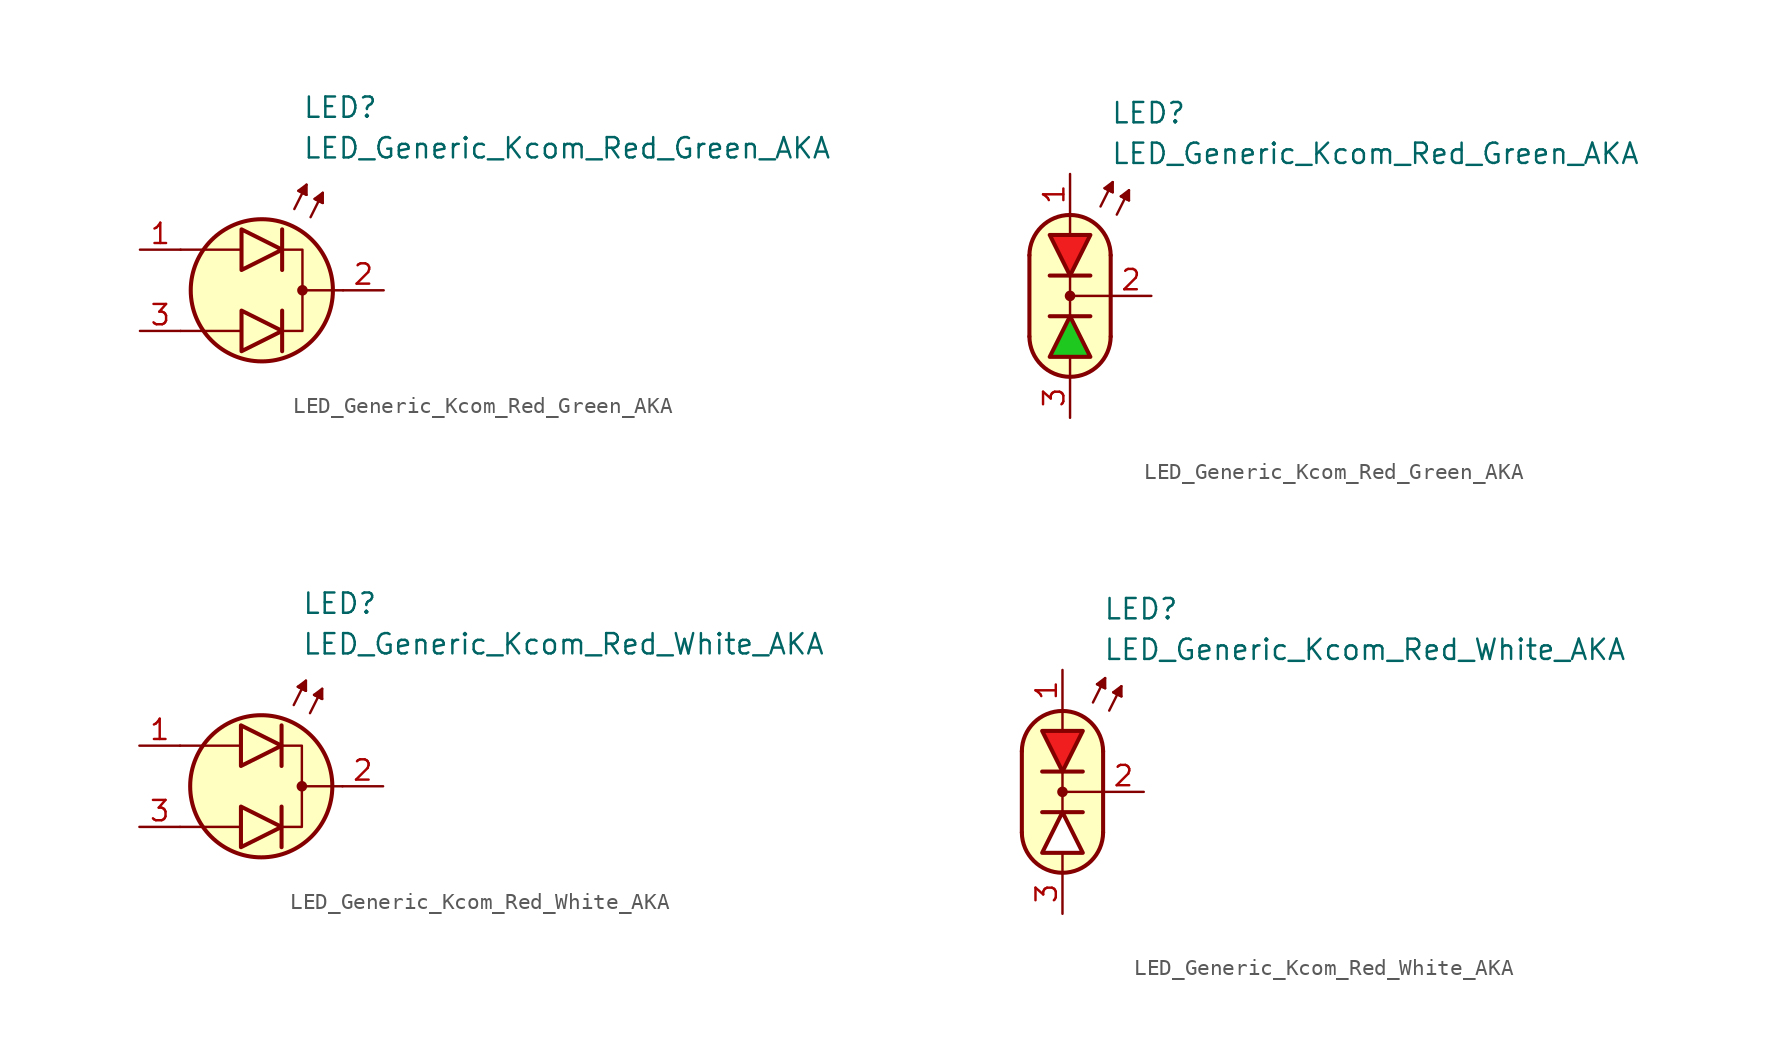
<source format=kicad_sym>
(kicad_symbol_lib
  (version 20231120)
  (generator "kicad_symbol_editor")
  (generator_version "8.0")
  (symbol "LED_Generic_Kcom_Red_Green_AKA"
    (pin_names
      (offset 1.016) hide)
    (property "Reference" "LED"
      (at 2.54 11.43 0)
      (effects (font (size 1.27 1.27)) (justify left)))
    (property "Value" "LED_Generic_Kcom_Red_Green_AKA"
      (at 2.54 8.89 0)
      (effects (font (size 1.27 1.27)) (justify left)))
    (symbol "LED_Generic_Kcom_Red_Green_AKA_0_1"
      (polyline (pts (xy -1.397 2.54) (xy -5.08 2.54)) (stroke (width 0.152) (type default)) (fill (type none)))
      (polyline (pts (xy -1.27 -2.54) (xy -5.08 -2.54)) (stroke (width 0.152) (type default)) (fill (type none)))
      (polyline (pts (xy 1.27 -1.27) (xy 1.27 -3.81)) (stroke (width 0.254) (type default)) (fill (type none)))
      (polyline (pts (xy 1.27 3.81) (xy 1.27 1.27)) (stroke (width 0.254) (type default)) (fill (type none)))
      (polyline (pts (xy 2.032 5.08) (xy 2.794 6.604)) (stroke (width 0.152) (type default)) (fill (type none)))
      (polyline (pts (xy 2.54 6.096) (xy 2.286 6.223)) (stroke (width 0.152) (type default)) (fill (type none)))
      (polyline (pts (xy 2.54 6.096) (xy 2.794 5.969)) (stroke (width 0.152) (type default)) (fill (type none)))
      (polyline (pts (xy 3.048 4.572) (xy 3.81 6.096)) (stroke (width 0.152) (type default)) (fill (type none)))
      (polyline (pts (xy 3.556 5.588) (xy 3.302 5.715)) (stroke (width 0.152) (type default)) (fill (type none)))
      (polyline (pts (xy 3.556 5.588) (xy 3.81 5.461)) (stroke (width 0.152) (type default)) (fill (type none)))
      (polyline (pts (xy 5.08 0) (xy 2.54 0)) (stroke (width 0.152) (type default)) (fill (type none)))
      (polyline (pts (xy -1.27 -1.27) (xy -1.27 -3.81) (xy 1.27 -2.54) (xy -1.27 -1.27)) (stroke (width 0.254) (type default)) (fill (type color) (color 30 200 30 1)))
      (polyline (pts (xy -1.27 3.81) (xy -1.27 1.27) (xy 1.27 2.54) (xy -1.27 3.81)) (stroke (width 0.254) (type default)) (fill (type color) (color 240 30 30 1)))
      (polyline (pts (xy 1.27 2.54) (xy 2.54 2.54) (xy 2.54 -2.54) (xy 1.27 -2.54)) (stroke (width 0.152) (type default)) (fill (type none)))
      (polyline (pts (xy 2.794 5.969) (xy 2.286 6.223) (xy 2.794 6.604) (xy 2.794 5.969)) (stroke (width 0.152) (type default)) (fill (type outline)))
      (polyline (pts (xy 3.81 5.461) (xy 3.302 5.715) (xy 3.81 6.096) (xy 3.81 5.461)) (stroke (width 0.152) (type default)) (fill (type outline)))
      (circle (center 0 0) (radius 4.445) (stroke (width 0.254) (type default)) (fill (type background)))
      (circle (center 2.54 0) (radius 0.254) (stroke (width 0) (type default)) (fill (type outline))))
    (symbol "LED_Generic_Kcom_Red_Green_AKA_0_2"
      (arc (start -2.54 -2.54) (mid 0 -5.0576) (end 2.54 -2.54) (stroke (width 0.254) (type default)) (fill (type none)))
      (polyline (pts (xy -2.54 2.54) (xy -2.54 -2.54)) (stroke (width 0.254) (type default)) (fill (type none)))
      (polyline (pts (xy -1.27 -1.27) (xy 1.27 -1.27)) (stroke (width 0.254) (type default)) (fill (type none)))
      (polyline (pts (xy 0 -5.08) (xy 0 -3.81)) (stroke (width 0) (type default)) (fill (type none)))
      (polyline (pts (xy 0 -1.27) (xy 0 1.27)) (stroke (width 0) (type default)) (fill (type none)))
      (polyline (pts (xy 0 5.08) (xy 0 3.81)) (stroke (width 0) (type default)) (fill (type none)))
      (polyline (pts (xy 1.27 1.27) (xy -1.27 1.27)) (stroke (width 0.254) (type default)) (fill (type none)))
      (polyline (pts (xy 1.905 5.588) (xy 2.667 7.112)) (stroke (width 0.152) (type default)) (fill (type none)))
      (polyline (pts (xy 2.413 6.604) (xy 2.159 6.731)) (stroke (width 0.152) (type default)) (fill (type none)))
      (polyline (pts (xy 2.413 6.604) (xy 2.667 6.477)) (stroke (width 0.152) (type default)) (fill (type none)))
      (polyline (pts (xy 2.54 -2.54) (xy 2.54 2.54)) (stroke (width 0.254) (type default)) (fill (type none)))
      (polyline (pts (xy 2.54 0) (xy 0 0)) (stroke (width 0) (type default)) (fill (type none)))
      (polyline (pts (xy 2.921 5.08) (xy 3.683 6.604)) (stroke (width 0.152) (type default)) (fill (type none)))
      (polyline (pts (xy 3.429 6.096) (xy 3.175 6.223)) (stroke (width 0.152) (type default)) (fill (type none)))
      (polyline (pts (xy 3.429 6.096) (xy 3.683 5.969)) (stroke (width 0.152) (type default)) (fill (type none)))
      (polyline (pts (xy 2.667 6.477) (xy 2.159 6.731) (xy 2.667 7.112) (xy 2.667 6.477)) (stroke (width 0.152) (type default)) (fill (type outline)))
      (polyline (pts (xy 3.683 5.969) (xy 3.175 6.223) (xy 3.683 6.604) (xy 3.683 5.969)) (stroke (width 0.152) (type default)) (fill (type outline)))
      (polyline (pts (xy 0 5.08) (xy 1.016 4.826) (xy 1.778 4.318) (xy 2.286 3.556) (xy 2.54 3.048) (xy 2.54 -2.794) (xy 2.286 -3.556) (xy 1.778 -4.318) (xy 1.016 -4.826) (xy 0.254 -5.08) (xy -0.254 -5.08) (xy -1.016 -4.826) (xy -1.524 -4.572) (xy -2.032 -4.064) (xy -2.286 -3.556) (xy -2.54 -2.794) (xy -2.54 2.794) (xy -2.286 3.556) (xy -2.032 4.064) (xy -1.524 4.572) (xy -1.016 4.826) (xy 0 5.08)) (stroke (width 0.01) (type default)) (fill (type background)))
      (circle (center 0 0) (radius 0.254) (stroke (width 0) (type default)) (fill (type outline)))
      (arc (start 2.54 2.54) (mid 0 5.0576) (end -2.54 2.54) (stroke (width 0.254) (type default)) (fill (type none))))
    (symbol "LED_Generic_Kcom_Red_Green_AKA_1_1"
      (pin passive line (at -7.62 2.54 0) (length 2.54) (name "A1" (effects (font (size 1.27 1.27)))) (number "1" (effects (font (size 1.27 1.27)))))
      (pin passive line (at 7.62 0 180) (length 2.54) (name "K" (effects (font (size 1.27 1.27)))) (number "2" (effects (font (size 1.27 1.27)))))
      (pin passive line (at -7.62 -2.54 0) (length 2.54) (name "A2" (effects (font (size 1.27 1.27)))) (number "3" (effects (font (size 1.27 1.27))))))
    (symbol "LED_Generic_Kcom_Red_Green_AKA_1_2"
      (polyline (pts (xy -1.27 -3.81) (xy 1.27 -3.81) (xy 0 -1.27) (xy -1.27 -3.81)) (stroke (width 0.254) (type default)) (fill (type color) (color 30 200 30 1)))
      (polyline (pts (xy 1.27 3.81) (xy -1.27 3.81) (xy 0 1.27) (xy 1.27 3.81)) (stroke (width 0.254) (type default)) (fill (type color) (color 240 30 30 1)))
      (pin passive line (at 0 7.62 270) (length 2.54) (name "A1" (effects (font (size 1.27 1.27)))) (number "1" (effects (font (size 1.27 1.27)))))
      (pin passive line (at 5.08 0 180) (length 2.54) (name "K" (effects (font (size 1.27 1.27)))) (number "2" (effects (font (size 1.27 1.27)))))
      (pin passive line (at 0 -7.62 90) (length 2.54) (name "A2" (effects (font (size 1.27 1.27)))) (number "3" (effects (font (size 1.27 1.27)))))))
  (symbol "LED_Generic_Kcom_Red_White_AKA"
    (pin_names
      (offset 1.016) hide)
    (property "Reference" "LED"
      (at 2.54 11.43 0)
      (effects (font (size 1.27 1.27)) (justify left)))
    (property "Value" "LED_Generic_Kcom_Red_White_AKA"
      (at 2.54 8.89 0)
      (effects (font (size 1.27 1.27)) (justify left)))
    (symbol "LED_Generic_Kcom_Red_White_AKA_0_1"
      (polyline (pts (xy -1.397 -2.54) (xy -5.08 -2.54)) (stroke (width 0.152) (type default)) (fill (type none)))
      (polyline (pts (xy -1.397 2.54) (xy -5.08 2.54)) (stroke (width 0.152) (type default)) (fill (type none)))
      (polyline (pts (xy 1.27 -1.27) (xy 1.27 -3.81)) (stroke (width 0.254) (type default)) (fill (type none)))
      (polyline (pts (xy 1.27 3.81) (xy 1.27 1.27)) (stroke (width 0.254) (type default)) (fill (type none)))
      (polyline (pts (xy 2.032 5.08) (xy 2.794 6.604)) (stroke (width 0.152) (type default)) (fill (type none)))
      (polyline (pts (xy 2.54 6.096) (xy 2.286 6.223)) (stroke (width 0.152) (type default)) (fill (type none)))
      (polyline (pts (xy 2.54 6.096) (xy 2.794 5.969)) (stroke (width 0.152) (type default)) (fill (type none)))
      (polyline (pts (xy 3.048 4.572) (xy 3.81 6.096)) (stroke (width 0.152) (type default)) (fill (type none)))
      (polyline (pts (xy 3.556 5.588) (xy 3.302 5.715)) (stroke (width 0.152) (type default)) (fill (type none)))
      (polyline (pts (xy 3.556 5.588) (xy 3.81 5.461)) (stroke (width 0.152) (type default)) (fill (type none)))
      (polyline (pts (xy 5.08 0) (xy 2.54 0)) (stroke (width 0.152) (type default)) (fill (type none)))
      (polyline (pts (xy -1.27 -1.27) (xy -1.27 -3.81) (xy 1.27 -2.54) (xy -1.27 -1.27)) (stroke (width 0.254) (type default)) (fill (type color) (color 255 255 255 1)))
      (polyline (pts (xy -1.27 3.81) (xy -1.27 1.27) (xy 1.27 2.54) (xy -1.27 3.81)) (stroke (width 0.254) (type default)) (fill (type color) (color 240 30 30 1)))
      (polyline (pts (xy 1.27 2.54) (xy 2.54 2.54) (xy 2.54 -2.54) (xy 1.27 -2.54)) (stroke (width 0.152) (type default)) (fill (type none)))
      (polyline (pts (xy 2.794 5.969) (xy 2.286 6.223) (xy 2.794 6.604) (xy 2.794 5.969)) (stroke (width 0.152) (type default)) (fill (type outline)))
      (polyline (pts (xy 3.81 5.461) (xy 3.302 5.715) (xy 3.81 6.096) (xy 3.81 5.461)) (stroke (width 0.152) (type default)) (fill (type outline)))
      (circle (center 0 0) (radius 4.445) (stroke (width 0.254) (type default)) (fill (type background)))
      (circle (center 2.54 0) (radius 0.254) (stroke (width 0) (type default)) (fill (type outline))))
    (symbol "LED_Generic_Kcom_Red_White_AKA_0_2"
      (arc (start -2.54 -2.54) (mid 0 -5.0576) (end 2.54 -2.54) (stroke (width 0.254) (type default)) (fill (type none)))
      (polyline (pts (xy -2.54 2.54) (xy -2.54 -2.54)) (stroke (width 0.254) (type default)) (fill (type none)))
      (polyline (pts (xy -1.27 -1.27) (xy 1.27 -1.27)) (stroke (width 0.254) (type default)) (fill (type none)))
      (polyline (pts (xy 0 -5.08) (xy 0 -3.81)) (stroke (width 0) (type default)) (fill (type none)))
      (polyline (pts (xy 0 -1.27) (xy 0 1.27)) (stroke (width 0) (type default)) (fill (type none)))
      (polyline (pts (xy 0 5.08) (xy 0 3.81)) (stroke (width 0) (type default)) (fill (type none)))
      (polyline (pts (xy 1.27 1.27) (xy -1.27 1.27)) (stroke (width 0.254) (type default)) (fill (type none)))
      (polyline (pts (xy 1.905 5.588) (xy 2.667 7.112)) (stroke (width 0.152) (type default)) (fill (type none)))
      (polyline (pts (xy 2.413 6.604) (xy 2.159 6.731)) (stroke (width 0.152) (type default)) (fill (type none)))
      (polyline (pts (xy 2.413 6.604) (xy 2.667 6.477)) (stroke (width 0.152) (type default)) (fill (type none)))
      (polyline (pts (xy 2.54 -2.54) (xy 2.54 2.54)) (stroke (width 0.254) (type default)) (fill (type none)))
      (polyline (pts (xy 2.54 0) (xy 0 0)) (stroke (width 0) (type default)) (fill (type none)))
      (polyline (pts (xy 2.921 5.08) (xy 3.683 6.604)) (stroke (width 0.152) (type default)) (fill (type none)))
      (polyline (pts (xy 3.429 6.096) (xy 3.175 6.223)) (stroke (width 0.152) (type default)) (fill (type none)))
      (polyline (pts (xy 3.429 6.096) (xy 3.683 5.969)) (stroke (width 0.152) (type default)) (fill (type none)))
      (polyline (pts (xy 2.667 6.477) (xy 2.159 6.731) (xy 2.667 7.112) (xy 2.667 6.477)) (stroke (width 0.152) (type default)) (fill (type outline)))
      (polyline (pts (xy 3.683 5.969) (xy 3.175 6.223) (xy 3.683 6.604) (xy 3.683 5.969)) (stroke (width 0.152) (type default)) (fill (type outline)))
      (polyline (pts (xy 0 5.08) (xy 1.016 4.826) (xy 1.778 4.318) (xy 2.286 3.556) (xy 2.54 3.048) (xy 2.54 -2.794) (xy 2.286 -3.556) (xy 1.778 -4.318) (xy 1.016 -4.826) (xy 0.254 -5.08) (xy -0.254 -5.08) (xy -1.016 -4.826) (xy -1.524 -4.572) (xy -2.032 -4.064) (xy -2.286 -3.556) (xy -2.54 -2.794) (xy -2.54 2.794) (xy -2.286 3.556) (xy -2.032 4.064) (xy -1.524 4.572) (xy -1.016 4.826) (xy 0 5.08)) (stroke (width 0.01) (type default)) (fill (type background)))
      (circle (center 0 0) (radius 0.254) (stroke (width 0) (type default)) (fill (type outline)))
      (arc (start 2.54 2.54) (mid 0 5.0576) (end -2.54 2.54) (stroke (width 0.254) (type default)) (fill (type none))))
    (symbol "LED_Generic_Kcom_Red_White_AKA_1_1"
      (pin passive line (at -7.62 2.54 0) (length 2.54) (name "A1" (effects (font (size 1.27 1.27)))) (number "1" (effects (font (size 1.27 1.27)))))
      (pin passive line (at 7.62 0 180) (length 2.54) (name "K" (effects (font (size 1.27 1.27)))) (number "2" (effects (font (size 1.27 1.27)))))
      (pin passive line (at -7.62 -2.54 0) (length 2.54) (name "A2" (effects (font (size 1.27 1.27)))) (number "3" (effects (font (size 1.27 1.27))))))
    (symbol "LED_Generic_Kcom_Red_White_AKA_1_2"
      (polyline (pts (xy -1.27 -3.81) (xy 1.27 -3.81) (xy 0 -1.27) (xy -1.27 -3.81)) (stroke (width 0.254) (type default)) (fill (type color) (color 255 255 255 1)))
      (polyline (pts (xy 1.27 3.81) (xy -1.27 3.81) (xy 0 1.27) (xy 1.27 3.81)) (stroke (width 0.254) (type default)) (fill (type color) (color 240 30 30 1)))
      (pin passive line (at 0 7.62 270) (length 2.54) (name "A1" (effects (font (size 1.27 1.27)))) (number "1" (effects (font (size 1.27 1.27)))))
      (pin passive line (at 5.08 0 180) (length 2.54) (name "K" (effects (font (size 1.27 1.27)))) (number "2" (effects (font (size 1.27 1.27)))))
      (pin passive line (at 0 -7.62 90) (length 2.54) (name "A2" (effects (font (size 1.27 1.27)))) (number "3" (effects (font (size 1.27 1.27))))))))
</source>
